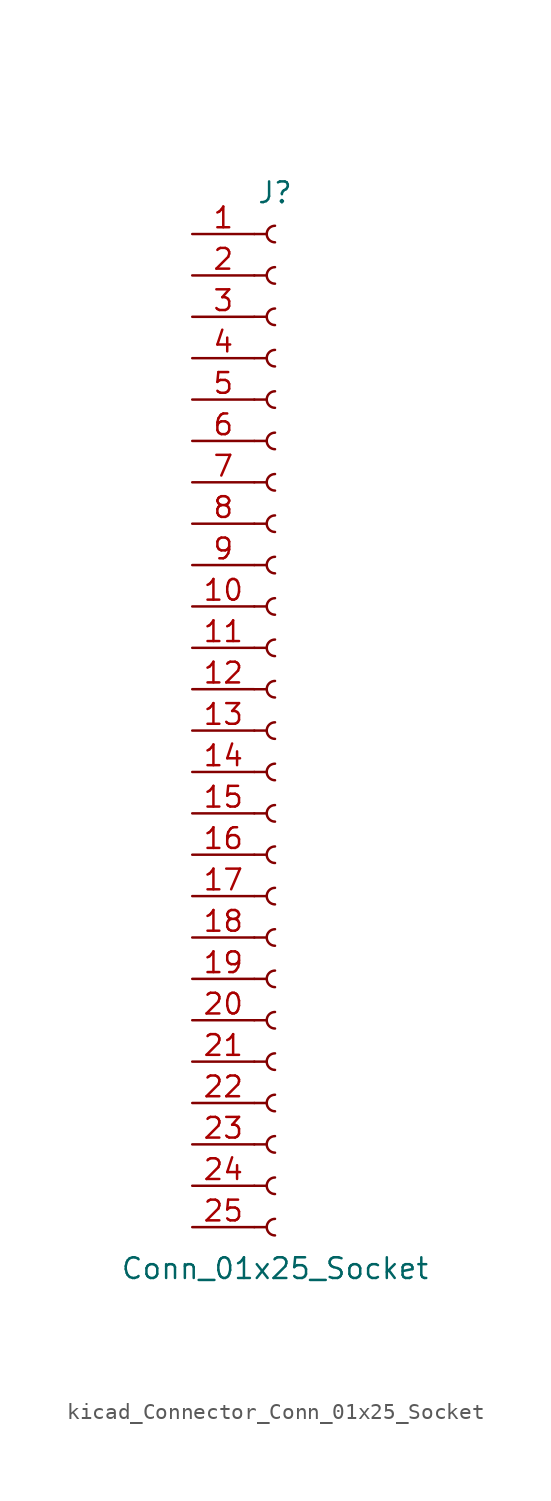
<source format=kicad_sym>
(kicad_symbol_lib
  (version 20220914)
  (generator kicad_symbol_editor)
  (symbol "kicad_Connector_Conn_01x25_Socket"
    (pin_names
      (offset 1.016) hide)
    (property "Reference" "J"
      (at 0 33.02 0)
      (effects (font (size 1.27 1.27))))
    (property "Value" "Conn_01x25_Socket"
      (at 0 -33.02 0)
      (effects (font (size 1.27 1.27))))
    (property "ki_locked" ""
      (at 0 0 0)
      (effects (font (size 1.27 1.27))))
    (symbol "kicad_Connector_Conn_01x25_Socket_1_1"
      (arc (start 0 -29.972) (mid -0.5058 -30.48) (end 0 -30.988) (stroke (width 0.1524) (type default)) (fill (type none)))
      (arc (start 0 -27.432) (mid -0.5058 -27.94) (end 0 -28.448) (stroke (width 0.1524) (type default)) (fill (type none)))
      (arc (start 0 -24.892) (mid -0.5058 -25.4) (end 0 -25.908) (stroke (width 0.1524) (type default)) (fill (type none)))
      (arc (start 0 -22.352) (mid -0.5058 -22.86) (end 0 -23.368) (stroke (width 0.1524) (type default)) (fill (type none)))
      (arc (start 0 -19.812) (mid -0.5058 -20.32) (end 0 -20.828) (stroke (width 0.1524) (type default)) (fill (type none)))
      (arc (start 0 -17.272) (mid -0.5058 -17.78) (end 0 -18.288) (stroke (width 0.1524) (type default)) (fill (type none)))
      (arc (start 0 -14.732) (mid -0.5058 -15.24) (end 0 -15.748) (stroke (width 0.1524) (type default)) (fill (type none)))
      (arc (start 0 -12.192) (mid -0.5058 -12.7) (end 0 -13.208) (stroke (width 0.1524) (type default)) (fill (type none)))
      (arc (start 0 -9.652) (mid -0.5058 -10.16) (end 0 -10.668) (stroke (width 0.1524) (type default)) (fill (type none)))
      (arc (start 0 -7.112) (mid -0.5058 -7.62) (end 0 -8.128) (stroke (width 0.1524) (type default)) (fill (type none)))
      (arc (start 0 -4.572) (mid -0.5058 -5.08) (end 0 -5.588) (stroke (width 0.1524) (type default)) (fill (type none)))
      (arc (start 0 -2.032) (mid -0.5058 -2.54) (end 0 -3.048) (stroke (width 0.1524) (type default)) (fill (type none)))
      (polyline (pts (xy -1.27 -30.48) (xy -0.508 -30.48)) (stroke (width 0.152) (type default)) (fill (type none)))
      (polyline (pts (xy -1.27 -27.94) (xy -0.508 -27.94)) (stroke (width 0.152) (type default)) (fill (type none)))
      (polyline (pts (xy -1.27 -25.4) (xy -0.508 -25.4)) (stroke (width 0.152) (type default)) (fill (type none)))
      (polyline (pts (xy -1.27 -22.86) (xy -0.508 -22.86)) (stroke (width 0.152) (type default)) (fill (type none)))
      (polyline (pts (xy -1.27 -20.32) (xy -0.508 -20.32)) (stroke (width 0.152) (type default)) (fill (type none)))
      (polyline (pts (xy -1.27 -17.78) (xy -0.508 -17.78)) (stroke (width 0.152) (type default)) (fill (type none)))
      (polyline (pts (xy -1.27 -15.24) (xy -0.508 -15.24)) (stroke (width 0.152) (type default)) (fill (type none)))
      (polyline (pts (xy -1.27 -12.7) (xy -0.508 -12.7)) (stroke (width 0.152) (type default)) (fill (type none)))
      (polyline (pts (xy -1.27 -10.16) (xy -0.508 -10.16)) (stroke (width 0.152) (type default)) (fill (type none)))
      (polyline (pts (xy -1.27 -7.62) (xy -0.508 -7.62)) (stroke (width 0.152) (type default)) (fill (type none)))
      (polyline (pts (xy -1.27 -5.08) (xy -0.508 -5.08)) (stroke (width 0.152) (type default)) (fill (type none)))
      (polyline (pts (xy -1.27 -2.54) (xy -0.508 -2.54)) (stroke (width 0.152) (type default)) (fill (type none)))
      (polyline (pts (xy -1.27 0) (xy -0.508 0)) (stroke (width 0.152) (type default)) (fill (type none)))
      (polyline (pts (xy -1.27 2.54) (xy -0.508 2.54)) (stroke (width 0.152) (type default)) (fill (type none)))
      (polyline (pts (xy -1.27 5.08) (xy -0.508 5.08)) (stroke (width 0.152) (type default)) (fill (type none)))
      (polyline (pts (xy -1.27 7.62) (xy -0.508 7.62)) (stroke (width 0.152) (type default)) (fill (type none)))
      (polyline (pts (xy -1.27 10.16) (xy -0.508 10.16)) (stroke (width 0.152) (type default)) (fill (type none)))
      (polyline (pts (xy -1.27 12.7) (xy -0.508 12.7)) (stroke (width 0.152) (type default)) (fill (type none)))
      (polyline (pts (xy -1.27 15.24) (xy -0.508 15.24)) (stroke (width 0.152) (type default)) (fill (type none)))
      (polyline (pts (xy -1.27 17.78) (xy -0.508 17.78)) (stroke (width 0.152) (type default)) (fill (type none)))
      (polyline (pts (xy -1.27 20.32) (xy -0.508 20.32)) (stroke (width 0.152) (type default)) (fill (type none)))
      (polyline (pts (xy -1.27 22.86) (xy -0.508 22.86)) (stroke (width 0.152) (type default)) (fill (type none)))
      (polyline (pts (xy -1.27 25.4) (xy -0.508 25.4)) (stroke (width 0.152) (type default)) (fill (type none)))
      (polyline (pts (xy -1.27 27.94) (xy -0.508 27.94)) (stroke (width 0.152) (type default)) (fill (type none)))
      (polyline (pts (xy -1.27 30.48) (xy -0.508 30.48)) (stroke (width 0.152) (type default)) (fill (type none)))
      (arc (start 0 0.508) (mid -0.5058 0) (end 0 -0.508) (stroke (width 0.1524) (type default)) (fill (type none)))
      (arc (start 0 3.048) (mid -0.5058 2.54) (end 0 2.032) (stroke (width 0.1524) (type default)) (fill (type none)))
      (arc (start 0 5.588) (mid -0.5058 5.08) (end 0 4.572) (stroke (width 0.1524) (type default)) (fill (type none)))
      (arc (start 0 8.128) (mid -0.5058 7.62) (end 0 7.112) (stroke (width 0.1524) (type default)) (fill (type none)))
      (arc (start 0 10.668) (mid -0.5058 10.16) (end 0 9.652) (stroke (width 0.1524) (type default)) (fill (type none)))
      (arc (start 0 13.208) (mid -0.5058 12.7) (end 0 12.192) (stroke (width 0.1524) (type default)) (fill (type none)))
      (arc (start 0 15.748) (mid -0.5058 15.24) (end 0 14.732) (stroke (width 0.1524) (type default)) (fill (type none)))
      (arc (start 0 18.288) (mid -0.5058 17.78) (end 0 17.272) (stroke (width 0.1524) (type default)) (fill (type none)))
      (arc (start 0 20.828) (mid -0.5058 20.32) (end 0 19.812) (stroke (width 0.1524) (type default)) (fill (type none)))
      (arc (start 0 23.368) (mid -0.5058 22.86) (end 0 22.352) (stroke (width 0.1524) (type default)) (fill (type none)))
      (arc (start 0 25.908) (mid -0.5058 25.4) (end 0 24.892) (stroke (width 0.1524) (type default)) (fill (type none)))
      (arc (start 0 28.448) (mid -0.5058 27.94) (end 0 27.432) (stroke (width 0.1524) (type default)) (fill (type none)))
      (arc (start 0 30.988) (mid -0.5058 30.48) (end 0 29.972) (stroke (width 0.1524) (type default)) (fill (type none)))
      (pin passive line (at -5.08 30.48 0) (length 3.81) (name "Pin_1" (effects (font (size 1.27 1.27)))) (number "1" (effects (font (size 1.27 1.27)))))
      (pin passive line (at -5.08 7.62 0) (length 3.81) (name "Pin_10" (effects (font (size 1.27 1.27)))) (number "10" (effects (font (size 1.27 1.27)))))
      (pin passive line (at -5.08 5.08 0) (length 3.81) (name "Pin_11" (effects (font (size 1.27 1.27)))) (number "11" (effects (font (size 1.27 1.27)))))
      (pin passive line (at -5.08 2.54 0) (length 3.81) (name "Pin_12" (effects (font (size 1.27 1.27)))) (number "12" (effects (font (size 1.27 1.27)))))
      (pin passive line (at -5.08 0 0) (length 3.81) (name "Pin_13" (effects (font (size 1.27 1.27)))) (number "13" (effects (font (size 1.27 1.27)))))
      (pin passive line (at -5.08 -2.54 0) (length 3.81) (name "Pin_14" (effects (font (size 1.27 1.27)))) (number "14" (effects (font (size 1.27 1.27)))))
      (pin passive line (at -5.08 -5.08 0) (length 3.81) (name "Pin_15" (effects (font (size 1.27 1.27)))) (number "15" (effects (font (size 1.27 1.27)))))
      (pin passive line (at -5.08 -7.62 0) (length 3.81) (name "Pin_16" (effects (font (size 1.27 1.27)))) (number "16" (effects (font (size 1.27 1.27)))))
      (pin passive line (at -5.08 -10.16 0) (length 3.81) (name "Pin_17" (effects (font (size 1.27 1.27)))) (number "17" (effects (font (size 1.27 1.27)))))
      (pin passive line (at -5.08 -12.7 0) (length 3.81) (name "Pin_18" (effects (font (size 1.27 1.27)))) (number "18" (effects (font (size 1.27 1.27)))))
      (pin passive line (at -5.08 -15.24 0) (length 3.81) (name "Pin_19" (effects (font (size 1.27 1.27)))) (number "19" (effects (font (size 1.27 1.27)))))
      (pin passive line (at -5.08 27.94 0) (length 3.81) (name "Pin_2" (effects (font (size 1.27 1.27)))) (number "2" (effects (font (size 1.27 1.27)))))
      (pin passive line (at -5.08 -17.78 0) (length 3.81) (name "Pin_20" (effects (font (size 1.27 1.27)))) (number "20" (effects (font (size 1.27 1.27)))))
      (pin passive line (at -5.08 -20.32 0) (length 3.81) (name "Pin_21" (effects (font (size 1.27 1.27)))) (number "21" (effects (font (size 1.27 1.27)))))
      (pin passive line (at -5.08 -22.86 0) (length 3.81) (name "Pin_22" (effects (font (size 1.27 1.27)))) (number "22" (effects (font (size 1.27 1.27)))))
      (pin passive line (at -5.08 -25.4 0) (length 3.81) (name "Pin_23" (effects (font (size 1.27 1.27)))) (number "23" (effects (font (size 1.27 1.27)))))
      (pin passive line (at -5.08 -27.94 0) (length 3.81) (name "Pin_24" (effects (font (size 1.27 1.27)))) (number "24" (effects (font (size 1.27 1.27)))))
      (pin passive line (at -5.08 -30.48 0) (length 3.81) (name "Pin_25" (effects (font (size 1.27 1.27)))) (number "25" (effects (font (size 1.27 1.27)))))
      (pin passive line (at -5.08 25.4 0) (length 3.81) (name "Pin_3" (effects (font (size 1.27 1.27)))) (number "3" (effects (font (size 1.27 1.27)))))
      (pin passive line (at -5.08 22.86 0) (length 3.81) (name "Pin_4" (effects (font (size 1.27 1.27)))) (number "4" (effects (font (size 1.27 1.27)))))
      (pin passive line (at -5.08 20.32 0) (length 3.81) (name "Pin_5" (effects (font (size 1.27 1.27)))) (number "5" (effects (font (size 1.27 1.27)))))
      (pin passive line (at -5.08 17.78 0) (length 3.81) (name "Pin_6" (effects (font (size 1.27 1.27)))) (number "6" (effects (font (size 1.27 1.27)))))
      (pin passive line (at -5.08 15.24 0) (length 3.81) (name "Pin_7" (effects (font (size 1.27 1.27)))) (number "7" (effects (font (size 1.27 1.27)))))
      (pin passive line (at -5.08 12.7 0) (length 3.81) (name "Pin_8" (effects (font (size 1.27 1.27)))) (number "8" (effects (font (size 1.27 1.27)))))
      (pin passive line (at -5.08 10.16 0) (length 3.81) (name "Pin_9" (effects (font (size 1.27 1.27)))) (number "9" (effects (font (size 1.27 1.27))))))))
</source>
